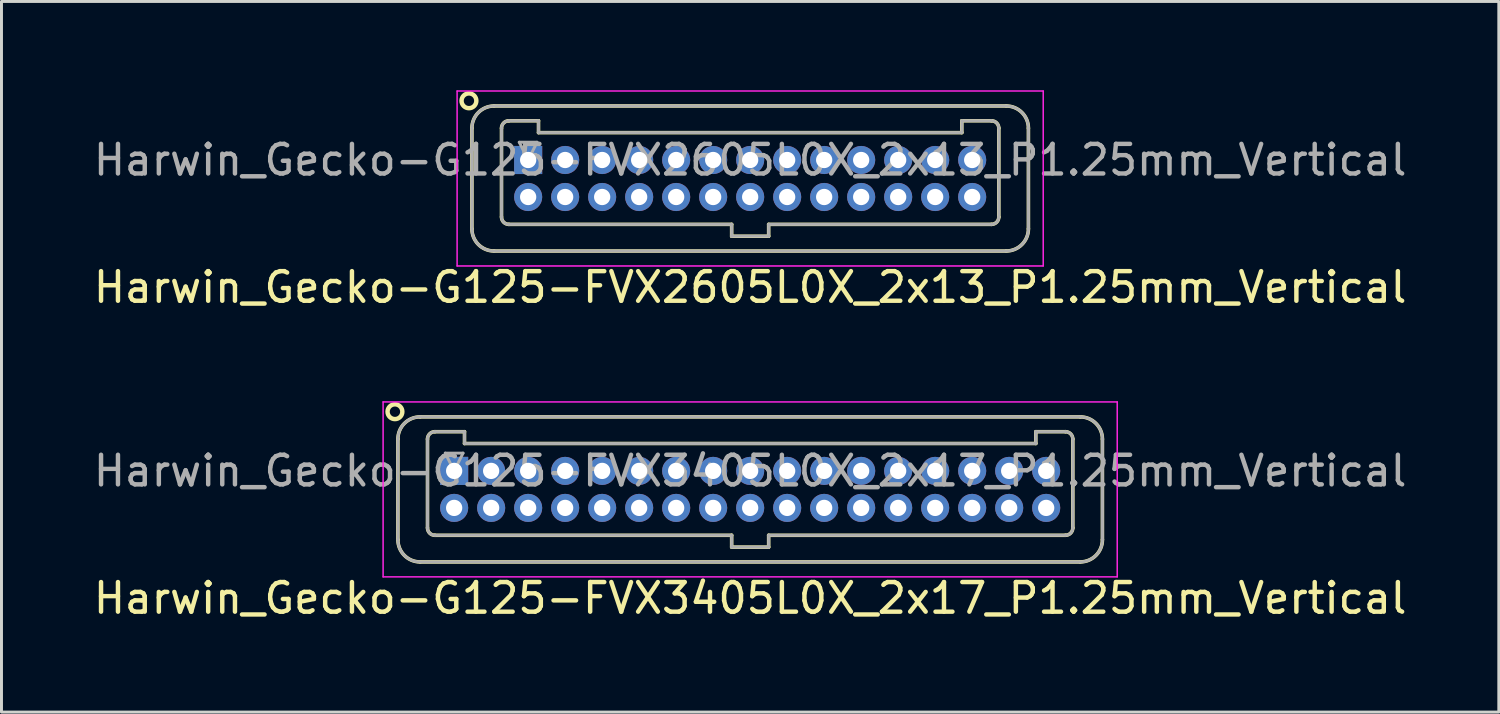
<source format=kicad_pcb>
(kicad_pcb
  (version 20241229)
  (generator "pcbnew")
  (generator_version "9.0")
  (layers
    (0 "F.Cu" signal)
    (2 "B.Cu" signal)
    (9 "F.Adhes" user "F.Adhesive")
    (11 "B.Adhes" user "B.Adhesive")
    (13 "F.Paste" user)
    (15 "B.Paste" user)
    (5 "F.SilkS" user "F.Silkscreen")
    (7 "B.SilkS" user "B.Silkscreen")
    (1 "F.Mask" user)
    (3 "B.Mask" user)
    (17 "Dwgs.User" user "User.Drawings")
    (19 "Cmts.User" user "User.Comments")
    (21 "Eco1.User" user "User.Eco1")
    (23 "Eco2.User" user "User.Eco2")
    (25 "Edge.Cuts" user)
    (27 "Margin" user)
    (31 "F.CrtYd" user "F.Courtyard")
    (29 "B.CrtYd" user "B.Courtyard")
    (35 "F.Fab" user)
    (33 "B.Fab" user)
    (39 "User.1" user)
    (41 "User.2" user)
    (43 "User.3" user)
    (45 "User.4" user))
  (footprint "Harwin_Gecko-G125-FVX3405L0X_2x17_P1.25mm_Vertical"
    (layer "F.Cu")
    (at 12.292 12.858)
    (property "Reference" "Harwin_Gecko-G125-FVX3405L0X_2x17_P1.25mm_Vertical" (at 10 4.3 0) (layer "F.SilkS") (effects (font (size 1 1) (thickness 0.15))))
    (attr through_hole)
    (fp_line (start -1.9 -1.075) (end -1.9 2.325) (stroke (width 0.12) (type solid)) (layer "F.SilkS"))
    (fp_line (start -1.15 -1.825) (end 21.15 -1.825) (stroke (width 0.12) (type solid)) (layer "F.SilkS"))
    (fp_line (start -1.15 3.075) (end 21.15 3.075) (stroke (width 0.12) (type solid)) (layer "F.SilkS"))
    (fp_line (start -0.9 -1.075) (end -0.9 1.925) (stroke (width 0.12) (type solid)) (layer "F.SilkS"))
    (fp_line (start -0.65 -1.325) (end 0.35 -1.325) (stroke (width 0.12) (type solid)) (layer "F.SilkS"))
    (fp_line (start -0.65 2.175) (end 9.375 2.175) (stroke (width 0.12) (type solid)) (layer "F.SilkS"))
    (fp_line (start 0.35 -1.325) (end 0.35 -0.925) (stroke (width 0.12) (type solid)) (layer "F.SilkS"))
    (fp_line (start 0.35 -0.925) (end 19.65 -0.925) (stroke (width 0.12) (type solid)) (layer "F.SilkS"))
    (fp_line (start 9.375 2.175) (end 9.375 2.575) (stroke (width 0.12) (type solid)) (layer "F.SilkS"))
    (fp_line (start 9.375 2.575) (end 10.625 2.575) (stroke (width 0.12) (type solid)) (layer "F.SilkS"))
    (fp_line (start 10.625 2.175) (end 20.65 2.175) (stroke (width 0.12) (type solid)) (layer "F.SilkS"))
    (fp_line (start 10.625 2.575) (end 10.625 2.175) (stroke (width 0.12) (type solid)) (layer "F.SilkS"))
    (fp_line (start 19.65 -1.325) (end 20.65 -1.325) (stroke (width 0.12) (type solid)) (layer "F.SilkS"))
    (fp_line (start 19.65 -0.925) (end 19.65 -1.325) (stroke (width 0.12) (type solid)) (layer "F.SilkS"))
    (fp_line (start 20.9 -1.075) (end 20.9 1.925) (stroke (width 0.12) (type solid)) (layer "F.SilkS"))
    (fp_line (start 21.9 -1.075) (end 21.9 2.325) (stroke (width 0.12) (type solid)) (layer "F.SilkS"))
    (fp_arc (start -1.9 -1.075) (mid -1.68033 -1.60533) (end -1.15 -1.825) (stroke (width 0.12) (type solid)) (layer "F.SilkS"))
    (fp_arc (start -1.15 3.075) (mid -1.68033 2.85533) (end -1.9 2.325) (stroke (width 0.12) (type solid)) (layer "F.SilkS"))
    (fp_arc (start -0.9 -1.075) (mid -0.826777 -1.251777) (end -0.65 -1.325) (stroke (width 0.12) (type solid)) (layer "F.SilkS"))
    (fp_arc (start -0.65 2.175) (mid -0.826777 2.101777) (end -0.9 1.925) (stroke (width 0.12) (type solid)) (layer "F.SilkS"))
    (fp_arc (start 20.65 -1.325) (mid 20.826777 -1.251777) (end 20.9 -1.075) (stroke (width 0.12) (type solid)) (layer "F.SilkS"))
    (fp_arc (start 20.9 1.925) (mid 20.826777 2.101777) (end 20.65 2.175) (stroke (width 0.12) (type solid)) (layer "F.SilkS"))
    (fp_arc (start 21.15 -1.825) (mid 21.68033 -1.60533) (end 21.9 -1.075) (stroke (width 0.12) (type solid)) (layer "F.SilkS"))
    (fp_arc (start 21.9 2.325) (mid 21.68033 2.85533) (end 21.15 3.075) (stroke (width 0.12) (type solid)) (layer "F.SilkS"))
    (fp_circle (center -2 -2) (end -1.75 -2) (stroke (width 0.15) (type solid)) (fill no) (layer "F.SilkS"))
    (fp_line (start -2.4 -2.33) (end -2.4 3.58) (stroke (width 0.05) (type solid)) (layer "F.CrtYd"))
    (fp_line (start -2.4 3.58) (end 22.4 3.58) (stroke (width 0.05) (type solid)) (layer "F.CrtYd"))
    (fp_line (start 22.4 -2.33) (end -2.4 -2.33) (stroke (width 0.05) (type solid)) (layer "F.CrtYd"))
    (fp_line (start 22.4 3.58) (end 22.4 -2.33) (stroke (width 0.05) (type solid)) (layer "F.CrtYd"))
    (fp_line (start -1.9 -1.075) (end -1.9 2.325) (stroke (width 0.1) (type solid)) (layer "F.Fab"))
    (fp_line (start -1.15 -1.825) (end 21.15 -1.825) (stroke (width 0.1) (type solid)) (layer "F.Fab"))
    (fp_line (start -1.15 3.075) (end 21.15 3.075) (stroke (width 0.1) (type solid)) (layer "F.Fab"))
    (fp_line (start -0.9 -1.075) (end -0.9 1.925) (stroke (width 0.1) (type solid)) (layer "F.Fab"))
    (fp_line (start -0.65 -1.325) (end 0.35 -1.325) (stroke (width 0.1) (type solid)) (layer "F.Fab"))
    (fp_line (start -0.65 2.175) (end 9.375 2.175) (stroke (width 0.1) (type solid)) (layer "F.Fab"))
    (fp_line (start -0.3 -0.6) (end 0.3 -0.6) (stroke (width 0.1) (type solid)) (layer "F.Fab"))
    (fp_line (start 0 0) (end -0.3 -0.6) (stroke (width 0.1) (type solid)) (layer "F.Fab"))
    (fp_line (start 0.3 -0.6) (end 0 0) (stroke (width 0.1) (type solid)) (layer "F.Fab"))
    (fp_line (start 0.35 -1.325) (end 0.35 -0.925) (stroke (width 0.1) (type solid)) (layer "F.Fab"))
    (fp_line (start 0.35 -0.925) (end 19.65 -0.925) (stroke (width 0.1) (type solid)) (layer "F.Fab"))
    (fp_line (start 9.375 2.175) (end 9.375 2.575) (stroke (width 0.1) (type solid)) (layer "F.Fab"))
    (fp_line (start 9.375 2.575) (end 10.625 2.575) (stroke (width 0.1) (type solid)) (layer "F.Fab"))
    (fp_line (start 10.625 2.175) (end 20.65 2.175) (stroke (width 0.1) (type solid)) (layer "F.Fab"))
    (fp_line (start 10.625 2.575) (end 10.625 2.175) (stroke (width 0.1) (type solid)) (layer "F.Fab"))
    (fp_line (start 19.65 -1.325) (end 20.65 -1.325) (stroke (width 0.1) (type solid)) (layer "F.Fab"))
    (fp_line (start 19.65 -0.925) (end 19.65 -1.325) (stroke (width 0.1) (type solid)) (layer "F.Fab"))
    (fp_line (start 20.9 -1.075) (end 20.9 1.925) (stroke (width 0.1) (type solid)) (layer "F.Fab"))
    (fp_line (start 21.9 -1.075) (end 21.9 2.325) (stroke (width 0.1) (type solid)) (layer "F.Fab"))
    (fp_arc (start -1.9 -1.075) (mid -1.68033 -1.60533) (end -1.15 -1.825) (stroke (width 0.1) (type solid)) (layer "F.Fab"))
    (fp_arc (start -1.15 3.075) (mid -1.68033 2.85533) (end -1.9 2.325) (stroke (width 0.1) (type solid)) (layer "F.Fab"))
    (fp_arc (start -0.9 -1.075) (mid -0.826777 -1.251777) (end -0.65 -1.325) (stroke (width 0.1) (type solid)) (layer "F.Fab"))
    (fp_arc (start -0.65 2.175) (mid -0.826777 2.101777) (end -0.9 1.925) (stroke (width 0.1) (type solid)) (layer "F.Fab"))
    (fp_arc (start 20.65 -1.325) (mid 20.826777 -1.251777) (end 20.9 -1.075) (stroke (width 0.1) (type solid)) (layer "F.Fab"))
    (fp_arc (start 20.9 1.925) (mid 20.826777 2.101777) (end 20.65 2.175) (stroke (width 0.1) (type solid)) (layer "F.Fab"))
    (fp_arc (start 21.15 -1.825) (mid 21.68033 -1.60533) (end 21.9 -1.075) (stroke (width 0.1) (type solid)) (layer "F.Fab"))
    (fp_arc (start 21.9 2.325) (mid 21.68033 2.85533) (end 21.15 3.075) (stroke (width 0.1) (type solid)) (layer "F.Fab"))
    (fp_text user "${REFERENCE}" (at 10 0 0) (layer "F.Fab") (effects (font (size 1 1) (thickness 0.15))))
    (pad "1" thru_hole rect (at 0 0) (size 0.95 0.95) (drill 0.55) (layers "*.Cu" "*.Mask"))
    (pad "2" thru_hole circle (at 0 1.25) (size 0.95 0.95) (drill 0.55) (layers "*.Cu" "*.Mask"))
    (pad "3" thru_hole circle (at 1.25 0) (size 0.95 0.95) (drill 0.55) (layers "*.Cu" "*.Mask"))
    (pad "4" thru_hole circle (at 1.25 1.25) (size 0.95 0.95) (drill 0.55) (layers "*.Cu" "*.Mask"))
    (pad "5" thru_hole circle (at 2.5 0) (size 0.95 0.95) (drill 0.55) (layers "*.Cu" "*.Mask"))
    (pad "6" thru_hole circle (at 2.5 1.25) (size 0.95 0.95) (drill 0.55) (layers "*.Cu" "*.Mask"))
    (pad "7" thru_hole circle (at 3.75 0) (size 0.95 0.95) (drill 0.55) (layers "*.Cu" "*.Mask"))
    (pad "8" thru_hole circle (at 3.75 1.25) (size 0.95 0.95) (drill 0.55) (layers "*.Cu" "*.Mask"))
    (pad "9" thru_hole circle (at 5 0) (size 0.95 0.95) (drill 0.55) (layers "*.Cu" "*.Mask"))
    (pad "10" thru_hole circle (at 5 1.25) (size 0.95 0.95) (drill 0.55) (layers "*.Cu" "*.Mask"))
    (pad "11" thru_hole circle (at 6.25 0) (size 0.95 0.95) (drill 0.55) (layers "*.Cu" "*.Mask"))
    (pad "12" thru_hole circle (at 6.25 1.25) (size 0.95 0.95) (drill 0.55) (layers "*.Cu" "*.Mask"))
    (pad "13" thru_hole circle (at 7.5 0) (size 0.95 0.95) (drill 0.55) (layers "*.Cu" "*.Mask"))
    (pad "14" thru_hole circle (at 7.5 1.25) (size 0.95 0.95) (drill 0.55) (layers "*.Cu" "*.Mask"))
    (pad "15" thru_hole circle (at 8.75 0) (size 0.95 0.95) (drill 0.55) (layers "*.Cu" "*.Mask"))
    (pad "16" thru_hole circle (at 8.75 1.25) (size 0.95 0.95) (drill 0.55) (layers "*.Cu" "*.Mask"))
    (pad "17" thru_hole circle (at 10 0) (size 0.95 0.95) (drill 0.55) (layers "*.Cu" "*.Mask"))
    (pad "18" thru_hole circle (at 10 1.25) (size 0.95 0.95) (drill 0.55) (layers "*.Cu" "*.Mask"))
    (pad "19" thru_hole circle (at 11.25 0) (size 0.95 0.95) (drill 0.55) (layers "*.Cu" "*.Mask"))
    (pad "20" thru_hole circle (at 11.25 1.25) (size 0.95 0.95) (drill 0.55) (layers "*.Cu" "*.Mask"))
    (pad "21" thru_hole circle (at 12.5 0) (size 0.95 0.95) (drill 0.55) (layers "*.Cu" "*.Mask"))
    (pad "22" thru_hole circle (at 12.5 1.25) (size 0.95 0.95) (drill 0.55) (layers "*.Cu" "*.Mask"))
    (pad "23" thru_hole circle (at 13.75 0) (size 0.95 0.95) (drill 0.55) (layers "*.Cu" "*.Mask"))
    (pad "24" thru_hole circle (at 13.75 1.25) (size 0.95 0.95) (drill 0.55) (layers "*.Cu" "*.Mask"))
    (pad "25" thru_hole circle (at 15 0) (size 0.95 0.95) (drill 0.55) (layers "*.Cu" "*.Mask"))
    (pad "26" thru_hole circle (at 15 1.25) (size 0.95 0.95) (drill 0.55) (layers "*.Cu" "*.Mask"))
    (pad "27" thru_hole circle (at 16.25 0) (size 0.95 0.95) (drill 0.55) (layers "*.Cu" "*.Mask"))
    (pad "28" thru_hole circle (at 16.25 1.25) (size 0.95 0.95) (drill 0.55) (layers "*.Cu" "*.Mask"))
    (pad "29" thru_hole circle (at 17.5 0) (size 0.95 0.95) (drill 0.55) (layers "*.Cu" "*.Mask"))
    (pad "30" thru_hole circle (at 17.5 1.25) (size 0.95 0.95) (drill 0.55) (layers "*.Cu" "*.Mask"))
    (pad "31" thru_hole circle (at 18.75 0) (size 0.95 0.95) (drill 0.55) (layers "*.Cu" "*.Mask"))
    (pad "32" thru_hole circle (at 18.75 1.25) (size 0.95 0.95) (drill 0.55) (layers "*.Cu" "*.Mask"))
    (pad "33" thru_hole circle (at 20 0) (size 0.95 0.95) (drill 0.55) (layers "*.Cu" "*.Mask"))
    (pad "34" thru_hole circle (at 20 1.25) (size 0.95 0.95) (drill 0.55) (layers "*.Cu" "*.Mask")))
  (footprint "Harwin_Gecko-G125-FVX2605L0X_2x13_P1.25mm_Vertical"
    (layer "F.Cu")
    (at 14.792 2.355)
    (property "Reference" "Harwin_Gecko-G125-FVX2605L0X_2x13_P1.25mm_Vertical" (at 7.5 4.3 0) (layer "F.SilkS") (effects (font (size 1 1) (thickness 0.15))))
    (attr through_hole)
    (fp_line (start -1.9 -1.075) (end -1.9 2.325) (stroke (width 0.12) (type solid)) (layer "F.SilkS"))
    (fp_line (start -1.15 -1.825) (end 16.15 -1.825) (stroke (width 0.12) (type solid)) (layer "F.SilkS"))
    (fp_line (start -1.15 3.075) (end 16.15 3.075) (stroke (width 0.12) (type solid)) (layer "F.SilkS"))
    (fp_line (start -0.9 -1.075) (end -0.9 1.925) (stroke (width 0.12) (type solid)) (layer "F.SilkS"))
    (fp_line (start -0.65 -1.325) (end 0.35 -1.325) (stroke (width 0.12) (type solid)) (layer "F.SilkS"))
    (fp_line (start -0.65 2.175) (end 6.875 2.175) (stroke (width 0.12) (type solid)) (layer "F.SilkS"))
    (fp_line (start 0.35 -1.325) (end 0.35 -0.925) (stroke (width 0.12) (type solid)) (layer "F.SilkS"))
    (fp_line (start 0.35 -0.925) (end 14.65 -0.925) (stroke (width 0.12) (type solid)) (layer "F.SilkS"))
    (fp_line (start 6.875 2.175) (end 6.875 2.575) (stroke (width 0.12) (type solid)) (layer "F.SilkS"))
    (fp_line (start 6.875 2.575) (end 8.125 2.575) (stroke (width 0.12) (type solid)) (layer "F.SilkS"))
    (fp_line (start 8.125 2.175) (end 15.65 2.175) (stroke (width 0.12) (type solid)) (layer "F.SilkS"))
    (fp_line (start 8.125 2.575) (end 8.125 2.175) (stroke (width 0.12) (type solid)) (layer "F.SilkS"))
    (fp_line (start 14.65 -1.325) (end 15.65 -1.325) (stroke (width 0.12) (type solid)) (layer "F.SilkS"))
    (fp_line (start 14.65 -0.925) (end 14.65 -1.325) (stroke (width 0.12) (type solid)) (layer "F.SilkS"))
    (fp_line (start 15.9 -1.075) (end 15.9 1.925) (stroke (width 0.12) (type solid)) (layer "F.SilkS"))
    (fp_line (start 16.9 -1.075) (end 16.9 2.325) (stroke (width 0.12) (type solid)) (layer "F.SilkS"))
    (fp_arc (start -1.9 -1.075) (mid -1.68033 -1.60533) (end -1.15 -1.825) (stroke (width 0.12) (type solid)) (layer "F.SilkS"))
    (fp_arc (start -1.15 3.075) (mid -1.68033 2.85533) (end -1.9 2.325) (stroke (width 0.12) (type solid)) (layer "F.SilkS"))
    (fp_arc (start -0.9 -1.075) (mid -0.826777 -1.251777) (end -0.65 -1.325) (stroke (width 0.12) (type solid)) (layer "F.SilkS"))
    (fp_arc (start -0.65 2.175) (mid -0.826777 2.101777) (end -0.9 1.925) (stroke (width 0.12) (type solid)) (layer "F.SilkS"))
    (fp_arc (start 15.65 -1.325) (mid 15.826777 -1.251777) (end 15.9 -1.075) (stroke (width 0.12) (type solid)) (layer "F.SilkS"))
    (fp_arc (start 15.9 1.925) (mid 15.826777 2.101777) (end 15.65 2.175) (stroke (width 0.12) (type solid)) (layer "F.SilkS"))
    (fp_arc (start 16.15 -1.825) (mid 16.68033 -1.60533) (end 16.9 -1.075) (stroke (width 0.12) (type solid)) (layer "F.SilkS"))
    (fp_arc (start 16.9 2.325) (mid 16.68033 2.85533) (end 16.15 3.075) (stroke (width 0.12) (type solid)) (layer "F.SilkS"))
    (fp_circle (center -2 -2) (end -1.75 -2) (stroke (width 0.15) (type solid)) (fill no) (layer "F.SilkS"))
    (fp_line (start -2.4 -2.33) (end -2.4 3.58) (stroke (width 0.05) (type solid)) (layer "F.CrtYd"))
    (fp_line (start -2.4 3.58) (end 17.4 3.58) (stroke (width 0.05) (type solid)) (layer "F.CrtYd"))
    (fp_line (start 17.4 -2.33) (end -2.4 -2.33) (stroke (width 0.05) (type solid)) (layer "F.CrtYd"))
    (fp_line (start 17.4 3.58) (end 17.4 -2.33) (stroke (width 0.05) (type solid)) (layer "F.CrtYd"))
    (fp_line (start -1.9 -1.075) (end -1.9 2.325) (stroke (width 0.1) (type solid)) (layer "F.Fab"))
    (fp_line (start -1.15 -1.825) (end 16.15 -1.825) (stroke (width 0.1) (type solid)) (layer "F.Fab"))
    (fp_line (start -1.15 3.075) (end 16.15 3.075) (stroke (width 0.1) (type solid)) (layer "F.Fab"))
    (fp_line (start -0.9 -1.075) (end -0.9 1.925) (stroke (width 0.1) (type solid)) (layer "F.Fab"))
    (fp_line (start -0.65 -1.325) (end 0.35 -1.325) (stroke (width 0.1) (type solid)) (layer "F.Fab"))
    (fp_line (start -0.65 2.175) (end 6.875 2.175) (stroke (width 0.1) (type solid)) (layer "F.Fab"))
    (fp_line (start -0.3 -0.6) (end 0.3 -0.6) (stroke (width 0.1) (type solid)) (layer "F.Fab"))
    (fp_line (start 0 0) (end -0.3 -0.6) (stroke (width 0.1) (type solid)) (layer "F.Fab"))
    (fp_line (start 0.3 -0.6) (end 0 0) (stroke (width 0.1) (type solid)) (layer "F.Fab"))
    (fp_line (start 0.35 -1.325) (end 0.35 -0.925) (stroke (width 0.1) (type solid)) (layer "F.Fab"))
    (fp_line (start 0.35 -0.925) (end 14.65 -0.925) (stroke (width 0.1) (type solid)) (layer "F.Fab"))
    (fp_line (start 6.875 2.175) (end 6.875 2.575) (stroke (width 0.1) (type solid)) (layer "F.Fab"))
    (fp_line (start 6.875 2.575) (end 8.125 2.575) (stroke (width 0.1) (type solid)) (layer "F.Fab"))
    (fp_line (start 8.125 2.175) (end 15.65 2.175) (stroke (width 0.1) (type solid)) (layer "F.Fab"))
    (fp_line (start 8.125 2.575) (end 8.125 2.175) (stroke (width 0.1) (type solid)) (layer "F.Fab"))
    (fp_line (start 14.65 -1.325) (end 15.65 -1.325) (stroke (width 0.1) (type solid)) (layer "F.Fab"))
    (fp_line (start 14.65 -0.925) (end 14.65 -1.325) (stroke (width 0.1) (type solid)) (layer "F.Fab"))
    (fp_line (start 15.9 -1.075) (end 15.9 1.925) (stroke (width 0.1) (type solid)) (layer "F.Fab"))
    (fp_line (start 16.9 -1.075) (end 16.9 2.325) (stroke (width 0.1) (type solid)) (layer "F.Fab"))
    (fp_arc (start -1.9 -1.075) (mid -1.68033 -1.60533) (end -1.15 -1.825) (stroke (width 0.1) (type solid)) (layer "F.Fab"))
    (fp_arc (start -1.15 3.075) (mid -1.68033 2.85533) (end -1.9 2.325) (stroke (width 0.1) (type solid)) (layer "F.Fab"))
    (fp_arc (start -0.9 -1.075) (mid -0.826777 -1.251777) (end -0.65 -1.325) (stroke (width 0.1) (type solid)) (layer "F.Fab"))
    (fp_arc (start -0.65 2.175) (mid -0.826777 2.101777) (end -0.9 1.925) (stroke (width 0.1) (type solid)) (layer "F.Fab"))
    (fp_arc (start 15.65 -1.325) (mid 15.826777 -1.251777) (end 15.9 -1.075) (stroke (width 0.1) (type solid)) (layer "F.Fab"))
    (fp_arc (start 15.9 1.925) (mid 15.826777 2.101777) (end 15.65 2.175) (stroke (width 0.1) (type solid)) (layer "F.Fab"))
    (fp_arc (start 16.15 -1.825) (mid 16.68033 -1.60533) (end 16.9 -1.075) (stroke (width 0.1) (type solid)) (layer "F.Fab"))
    (fp_arc (start 16.9 2.325) (mid 16.68033 2.85533) (end 16.15 3.075) (stroke (width 0.1) (type solid)) (layer "F.Fab"))
    (fp_text user "${REFERENCE}" (at 7.5 0 0) (layer "F.Fab") (effects (font (size 1 1) (thickness 0.15))))
    (pad "1" thru_hole rect (at 0 0) (size 0.95 0.95) (drill 0.55) (layers "*.Cu" "*.Mask"))
    (pad "2" thru_hole circle (at 0 1.25) (size 0.95 0.95) (drill 0.55) (layers "*.Cu" "*.Mask"))
    (pad "3" thru_hole circle (at 1.25 0) (size 0.95 0.95) (drill 0.55) (layers "*.Cu" "*.Mask"))
    (pad "4" thru_hole circle (at 1.25 1.25) (size 0.95 0.95) (drill 0.55) (layers "*.Cu" "*.Mask"))
    (pad "5" thru_hole circle (at 2.5 0) (size 0.95 0.95) (drill 0.55) (layers "*.Cu" "*.Mask"))
    (pad "6" thru_hole circle (at 2.5 1.25) (size 0.95 0.95) (drill 0.55) (layers "*.Cu" "*.Mask"))
    (pad "7" thru_hole circle (at 3.75 0) (size 0.95 0.95) (drill 0.55) (layers "*.Cu" "*.Mask"))
    (pad "8" thru_hole circle (at 3.75 1.25) (size 0.95 0.95) (drill 0.55) (layers "*.Cu" "*.Mask"))
    (pad "9" thru_hole circle (at 5 0) (size 0.95 0.95) (drill 0.55) (layers "*.Cu" "*.Mask"))
    (pad "10" thru_hole circle (at 5 1.25) (size 0.95 0.95) (drill 0.55) (layers "*.Cu" "*.Mask"))
    (pad "11" thru_hole circle (at 6.25 0) (size 0.95 0.95) (drill 0.55) (layers "*.Cu" "*.Mask"))
    (pad "12" thru_hole circle (at 6.25 1.25) (size 0.95 0.95) (drill 0.55) (layers "*.Cu" "*.Mask"))
    (pad "13" thru_hole circle (at 7.5 0) (size 0.95 0.95) (drill 0.55) (layers "*.Cu" "*.Mask"))
    (pad "14" thru_hole circle (at 7.5 1.25) (size 0.95 0.95) (drill 0.55) (layers "*.Cu" "*.Mask"))
    (pad "15" thru_hole circle (at 8.75 0) (size 0.95 0.95) (drill 0.55) (layers "*.Cu" "*.Mask"))
    (pad "16" thru_hole circle (at 8.75 1.25) (size 0.95 0.95) (drill 0.55) (layers "*.Cu" "*.Mask"))
    (pad "17" thru_hole circle (at 10 0) (size 0.95 0.95) (drill 0.55) (layers "*.Cu" "*.Mask"))
    (pad "18" thru_hole circle (at 10 1.25) (size 0.95 0.95) (drill 0.55) (layers "*.Cu" "*.Mask"))
    (pad "19" thru_hole circle (at 11.25 0) (size 0.95 0.95) (drill 0.55) (layers "*.Cu" "*.Mask"))
    (pad "20" thru_hole circle (at 11.25 1.25) (size 0.95 0.95) (drill 0.55) (layers "*.Cu" "*.Mask"))
    (pad "21" thru_hole circle (at 12.5 0) (size 0.95 0.95) (drill 0.55) (layers "*.Cu" "*.Mask"))
    (pad "22" thru_hole circle (at 12.5 1.25) (size 0.95 0.95) (drill 0.55) (layers "*.Cu" "*.Mask"))
    (pad "23" thru_hole circle (at 13.75 0) (size 0.95 0.95) (drill 0.55) (layers "*.Cu" "*.Mask"))
    (pad "24" thru_hole circle (at 13.75 1.25) (size 0.95 0.95) (drill 0.55) (layers "*.Cu" "*.Mask"))
    (pad "25" thru_hole circle (at 15 0) (size 0.95 0.95) (drill 0.55) (layers "*.Cu" "*.Mask"))
    (pad "26" thru_hole circle (at 15 1.25) (size 0.95 0.95) (drill 0.55) (layers "*.Cu" "*.Mask")))
  (gr_rect
    (start -3 -3)
    (end 47.583 21.006)
    (stroke (width 0.1) (type default))
    (fill no)
    (layer "Edge.Cuts")))
</source>
